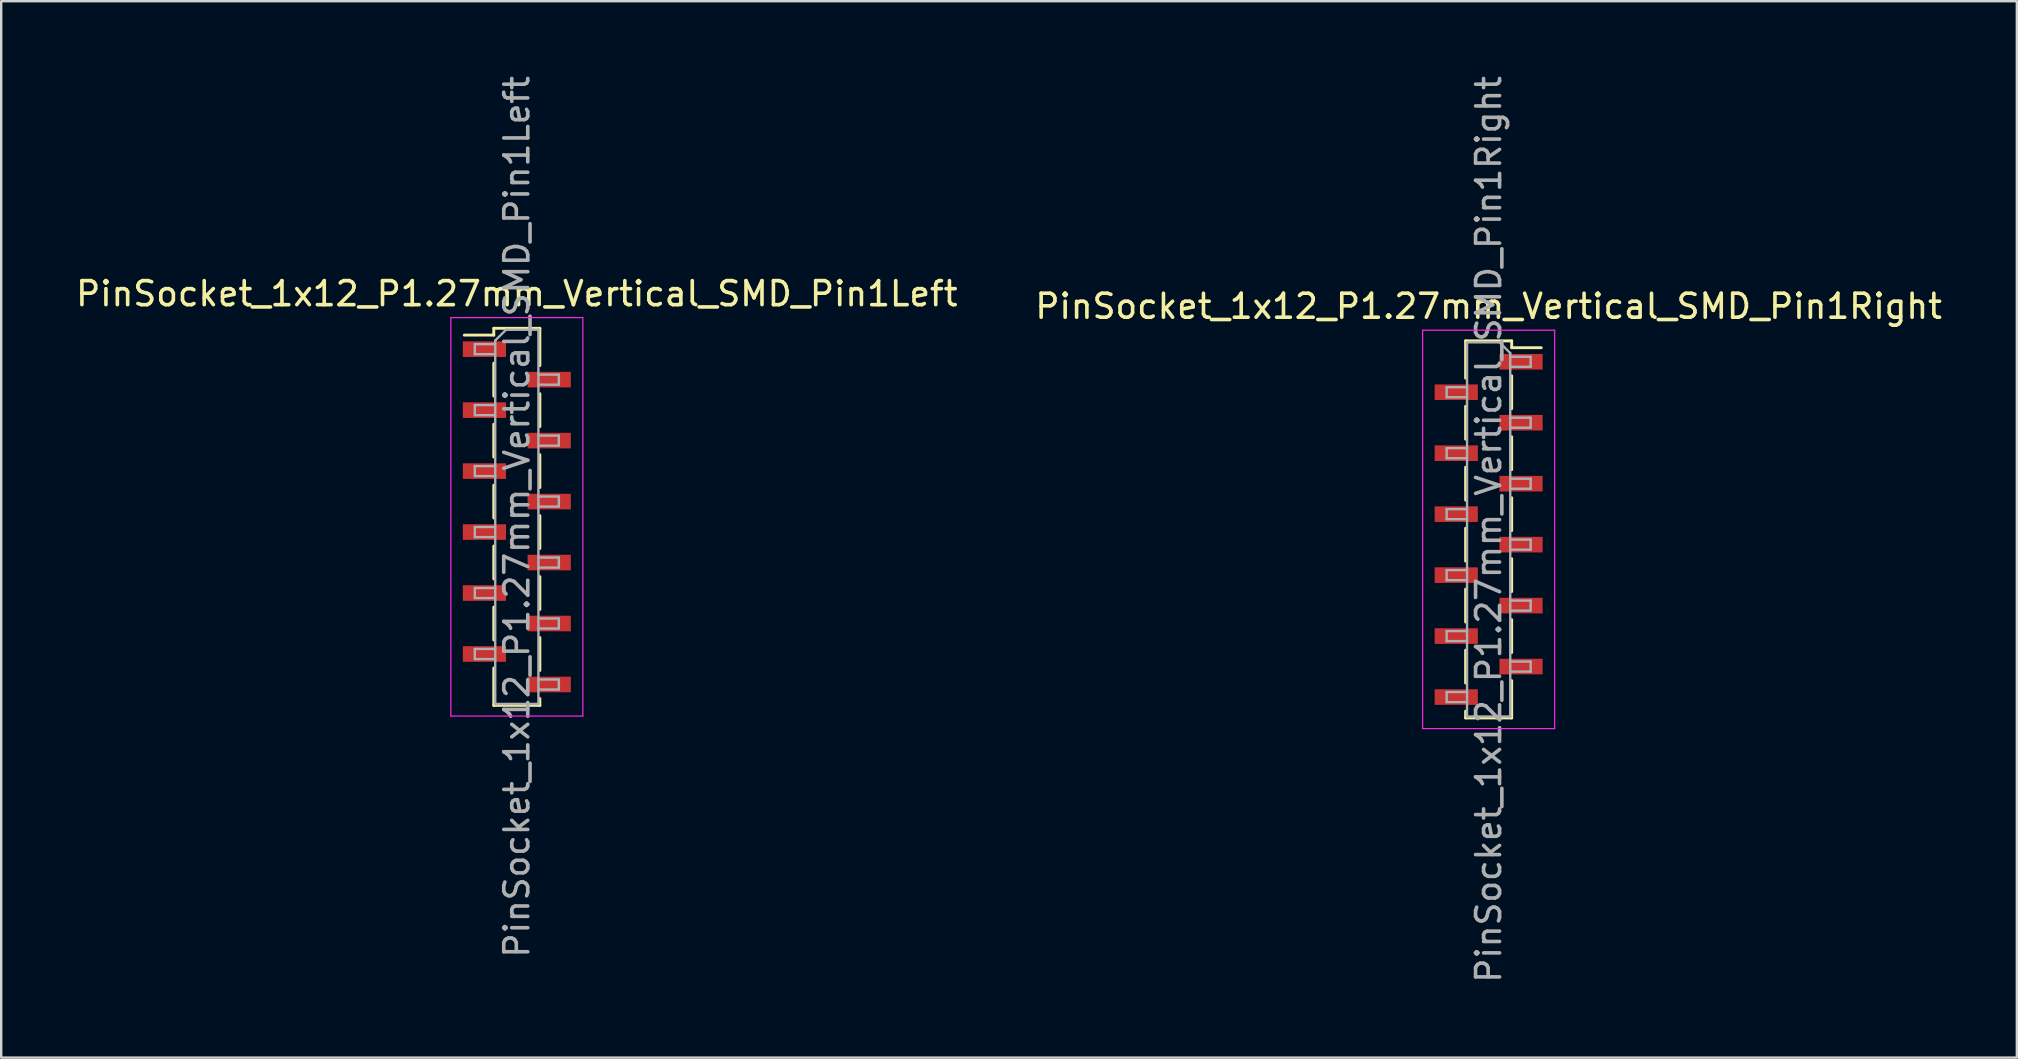
<source format=kicad_pcb>
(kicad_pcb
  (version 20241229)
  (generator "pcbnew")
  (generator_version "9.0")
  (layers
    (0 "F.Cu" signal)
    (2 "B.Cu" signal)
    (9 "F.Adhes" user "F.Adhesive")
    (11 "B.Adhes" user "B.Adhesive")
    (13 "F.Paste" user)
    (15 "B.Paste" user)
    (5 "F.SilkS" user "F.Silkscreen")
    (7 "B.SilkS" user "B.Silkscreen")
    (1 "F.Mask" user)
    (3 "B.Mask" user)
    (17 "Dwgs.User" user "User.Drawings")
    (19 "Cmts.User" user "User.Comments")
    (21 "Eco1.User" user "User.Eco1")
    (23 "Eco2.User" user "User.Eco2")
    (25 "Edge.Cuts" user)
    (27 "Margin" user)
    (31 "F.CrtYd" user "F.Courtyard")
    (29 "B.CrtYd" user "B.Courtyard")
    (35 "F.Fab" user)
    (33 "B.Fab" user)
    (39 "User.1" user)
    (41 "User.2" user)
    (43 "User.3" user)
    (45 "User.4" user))
  (footprint "PinSocket_1x12_P1.27mm_Vertical_SMD_Pin1Left"
    (layer "F.Cu")
    (at 18.482 18.482)
    (property "Reference" "PinSocket_1x12_P1.27mm_Vertical_SMD_Pin1Left" (at 0 -9.295 0) (layer "F.SilkS") (effects (font (size 1 1) (thickness 0.15))))
    (attr smd)
    (fp_line (start -2.19 -7.57) (end -0.96 -7.57) (stroke (width 0.12) (type solid)) (layer "F.SilkS"))
    (fp_line (start -0.96 -7.855) (end -0.96 -7.57) (stroke (width 0.12) (type solid)) (layer "F.SilkS"))
    (fp_line (start -0.96 -7.855) (end 0.96 -7.855) (stroke (width 0.12) (type solid)) (layer "F.SilkS"))
    (fp_line (start -0.96 -6.4) (end -0.96 -5.03) (stroke (width 0.12) (type solid)) (layer "F.SilkS"))
    (fp_line (start -0.96 -3.86) (end -0.96 -2.49) (stroke (width 0.12) (type solid)) (layer "F.SilkS"))
    (fp_line (start -0.96 -1.32) (end -0.96 0.05) (stroke (width 0.12) (type solid)) (layer "F.SilkS"))
    (fp_line (start -0.96 1.22) (end -0.96 2.59) (stroke (width 0.12) (type solid)) (layer "F.SilkS"))
    (fp_line (start -0.96 3.76) (end -0.96 5.13) (stroke (width 0.12) (type solid)) (layer "F.SilkS"))
    (fp_line (start -0.96 6.3) (end -0.96 7.855) (stroke (width 0.12) (type solid)) (layer "F.SilkS"))
    (fp_line (start -0.96 7.855) (end 0.96 7.855) (stroke (width 0.12) (type solid)) (layer "F.SilkS"))
    (fp_line (start 0.96 -7.855) (end 0.96 -6.3) (stroke (width 0.12) (type solid)) (layer "F.SilkS"))
    (fp_line (start 0.96 -5.13) (end 0.96 -3.76) (stroke (width 0.12) (type solid)) (layer "F.SilkS"))
    (fp_line (start 0.96 -2.59) (end 0.96 -1.22) (stroke (width 0.12) (type solid)) (layer "F.SilkS"))
    (fp_line (start 0.96 -0.05) (end 0.96 1.32) (stroke (width 0.12) (type solid)) (layer "F.SilkS"))
    (fp_line (start 0.96 2.49) (end 0.96 3.86) (stroke (width 0.12) (type solid)) (layer "F.SilkS"))
    (fp_line (start 0.96 5.03) (end 0.96 6.4) (stroke (width 0.12) (type solid)) (layer "F.SilkS"))
    (fp_line (start 0.96 7.57) (end 0.96 7.855) (stroke (width 0.12) (type solid)) (layer "F.SilkS"))
    (fp_line (start -2.75 -8.3) (end 2.75 -8.3) (stroke (width 0.05) (type solid)) (layer "F.CrtYd"))
    (fp_line (start -2.75 8.3) (end -2.75 -8.3) (stroke (width 0.05) (type solid)) (layer "F.CrtYd"))
    (fp_line (start 2.75 -8.3) (end 2.75 8.3) (stroke (width 0.05) (type solid)) (layer "F.CrtYd"))
    (fp_line (start 2.75 8.3) (end -2.75 8.3) (stroke (width 0.05) (type solid)) (layer "F.CrtYd"))
    (fp_line (start -1.75 -7.195) (end -0.9 -7.195) (stroke (width 0.1) (type solid)) (layer "F.Fab"))
    (fp_line (start -1.75 -6.775) (end -1.75 -7.195) (stroke (width 0.1) (type solid)) (layer "F.Fab"))
    (fp_line (start -1.75 -4.655) (end -0.9 -4.655) (stroke (width 0.1) (type solid)) (layer "F.Fab"))
    (fp_line (start -1.75 -4.235) (end -1.75 -4.655) (stroke (width 0.1) (type solid)) (layer "F.Fab"))
    (fp_line (start -1.75 -2.115) (end -0.9 -2.115) (stroke (width 0.1) (type solid)) (layer "F.Fab"))
    (fp_line (start -1.75 -1.695) (end -1.75 -2.115) (stroke (width 0.1) (type solid)) (layer "F.Fab"))
    (fp_line (start -1.75 0.425) (end -0.9 0.425) (stroke (width 0.1) (type solid)) (layer "F.Fab"))
    (fp_line (start -1.75 0.845) (end -1.75 0.425) (stroke (width 0.1) (type solid)) (layer "F.Fab"))
    (fp_line (start -1.75 2.965) (end -0.9 2.965) (stroke (width 0.1) (type solid)) (layer "F.Fab"))
    (fp_line (start -1.75 3.385) (end -1.75 2.965) (stroke (width 0.1) (type solid)) (layer "F.Fab"))
    (fp_line (start -1.75 5.505) (end -0.9 5.505) (stroke (width 0.1) (type solid)) (layer "F.Fab"))
    (fp_line (start -1.75 5.925) (end -1.75 5.505) (stroke (width 0.1) (type solid)) (layer "F.Fab"))
    (fp_line (start -0.9 -7.345) (end -0.45 -7.795) (stroke (width 0.1) (type solid)) (layer "F.Fab"))
    (fp_line (start -0.9 -6.775) (end -1.75 -6.775) (stroke (width 0.1) (type solid)) (layer "F.Fab"))
    (fp_line (start -0.9 -4.235) (end -1.75 -4.235) (stroke (width 0.1) (type solid)) (layer "F.Fab"))
    (fp_line (start -0.9 -1.695) (end -1.75 -1.695) (stroke (width 0.1) (type solid)) (layer "F.Fab"))
    (fp_line (start -0.9 0.845) (end -1.75 0.845) (stroke (width 0.1) (type solid)) (layer "F.Fab"))
    (fp_line (start -0.9 3.385) (end -1.75 3.385) (stroke (width 0.1) (type solid)) (layer "F.Fab"))
    (fp_line (start -0.9 5.925) (end -1.75 5.925) (stroke (width 0.1) (type solid)) (layer "F.Fab"))
    (fp_line (start -0.9 7.795) (end -0.9 -7.345) (stroke (width 0.1) (type solid)) (layer "F.Fab"))
    (fp_line (start -0.45 -7.795) (end 0.9 -7.795) (stroke (width 0.1) (type solid)) (layer "F.Fab"))
    (fp_line (start 0.9 -7.795) (end 0.9 7.795) (stroke (width 0.1) (type solid)) (layer "F.Fab"))
    (fp_line (start 0.9 -5.925) (end 1.75 -5.925) (stroke (width 0.1) (type solid)) (layer "F.Fab"))
    (fp_line (start 0.9 -3.385) (end 1.75 -3.385) (stroke (width 0.1) (type solid)) (layer "F.Fab"))
    (fp_line (start 0.9 -0.845) (end 1.75 -0.845) (stroke (width 0.1) (type solid)) (layer "F.Fab"))
    (fp_line (start 0.9 1.695) (end 1.75 1.695) (stroke (width 0.1) (type solid)) (layer "F.Fab"))
    (fp_line (start 0.9 4.235) (end 1.75 4.235) (stroke (width 0.1) (type solid)) (layer "F.Fab"))
    (fp_line (start 0.9 6.775) (end 1.75 6.775) (stroke (width 0.1) (type solid)) (layer "F.Fab"))
    (fp_line (start 0.9 7.795) (end -0.9 7.795) (stroke (width 0.1) (type solid)) (layer "F.Fab"))
    (fp_line (start 1.75 -5.925) (end 1.75 -5.505) (stroke (width 0.1) (type solid)) (layer "F.Fab"))
    (fp_line (start 1.75 -5.505) (end 0.9 -5.505) (stroke (width 0.1) (type solid)) (layer "F.Fab"))
    (fp_line (start 1.75 -3.385) (end 1.75 -2.965) (stroke (width 0.1) (type solid)) (layer "F.Fab"))
    (fp_line (start 1.75 -2.965) (end 0.9 -2.965) (stroke (width 0.1) (type solid)) (layer "F.Fab"))
    (fp_line (start 1.75 -0.845) (end 1.75 -0.425) (stroke (width 0.1) (type solid)) (layer "F.Fab"))
    (fp_line (start 1.75 -0.425) (end 0.9 -0.425) (stroke (width 0.1) (type solid)) (layer "F.Fab"))
    (fp_line (start 1.75 1.695) (end 1.75 2.115) (stroke (width 0.1) (type solid)) (layer "F.Fab"))
    (fp_line (start 1.75 2.115) (end 0.9 2.115) (stroke (width 0.1) (type solid)) (layer "F.Fab"))
    (fp_line (start 1.75 4.235) (end 1.75 4.655) (stroke (width 0.1) (type solid)) (layer "F.Fab"))
    (fp_line (start 1.75 4.655) (end 0.9 4.655) (stroke (width 0.1) (type solid)) (layer "F.Fab"))
    (fp_line (start 1.75 6.775) (end 1.75 7.195) (stroke (width 0.1) (type solid)) (layer "F.Fab"))
    (fp_line (start 1.75 7.195) (end 0.9 7.195) (stroke (width 0.1) (type solid)) (layer "F.Fab"))
    (fp_text user "${REFERENCE}" (at 0 0 90) (layer "F.Fab") (effects (font (size 1 1) (thickness 0.15))))
    (pad "1" smd rect (at -1.35 -6.985) (size 1.8 0.65) (layers "F.Cu" "F.Mask" "F.Paste"))
    (pad "2" smd rect (at 1.35 -5.715) (size 1.8 0.65) (layers "F.Cu" "F.Mask" "F.Paste"))
    (pad "3" smd rect (at -1.35 -4.445) (size 1.8 0.65) (layers "F.Cu" "F.Mask" "F.Paste"))
    (pad "4" smd rect (at 1.35 -3.175) (size 1.8 0.65) (layers "F.Cu" "F.Mask" "F.Paste"))
    (pad "5" smd rect (at -1.35 -1.905) (size 1.8 0.65) (layers "F.Cu" "F.Mask" "F.Paste"))
    (pad "6" smd rect (at 1.35 -0.635) (size 1.8 0.65) (layers "F.Cu" "F.Mask" "F.Paste"))
    (pad "7" smd rect (at -1.35 0.635) (size 1.8 0.65) (layers "F.Cu" "F.Mask" "F.Paste"))
    (pad "8" smd rect (at 1.35 1.905) (size 1.8 0.65) (layers "F.Cu" "F.Mask" "F.Paste"))
    (pad "9" smd rect (at -1.35 3.175) (size 1.8 0.65) (layers "F.Cu" "F.Mask" "F.Paste"))
    (pad "10" smd rect (at 1.35 4.445) (size 1.8 0.65) (layers "F.Cu" "F.Mask" "F.Paste"))
    (pad "11" smd rect (at -1.35 5.715) (size 1.8 0.65) (layers "F.Cu" "F.Mask" "F.Paste"))
    (pad "12" smd rect (at 1.35 6.985) (size 1.8 0.65) (layers "F.Cu" "F.Mask" "F.Paste")))
  (footprint "PinSocket_1x12_P1.27mm_Vertical_SMD_Pin1Right"
    (layer "F.Cu")
    (at 58.97 19.006)
    (property "Reference" "PinSocket_1x12_P1.27mm_Vertical_SMD_Pin1Right" (at 0 -9.295 0) (layer "F.SilkS") (effects (font (size 1 1) (thickness 0.15))))
    (attr smd)
    (fp_line (start -0.96 -7.855) (end -0.96 -6.3) (stroke (width 0.12) (type solid)) (layer "F.SilkS"))
    (fp_line (start -0.96 -7.855) (end 0.96 -7.855) (stroke (width 0.12) (type solid)) (layer "F.SilkS"))
    (fp_line (start -0.96 -5.13) (end -0.96 -3.76) (stroke (width 0.12) (type solid)) (layer "F.SilkS"))
    (fp_line (start -0.96 -2.59) (end -0.96 -1.22) (stroke (width 0.12) (type solid)) (layer "F.SilkS"))
    (fp_line (start -0.96 -0.05) (end -0.96 1.32) (stroke (width 0.12) (type solid)) (layer "F.SilkS"))
    (fp_line (start -0.96 2.49) (end -0.96 3.86) (stroke (width 0.12) (type solid)) (layer "F.SilkS"))
    (fp_line (start -0.96 5.03) (end -0.96 6.4) (stroke (width 0.12) (type solid)) (layer "F.SilkS"))
    (fp_line (start -0.96 7.57) (end -0.96 7.855) (stroke (width 0.12) (type solid)) (layer "F.SilkS"))
    (fp_line (start -0.96 7.855) (end 0.96 7.855) (stroke (width 0.12) (type solid)) (layer "F.SilkS"))
    (fp_line (start 0.96 -7.855) (end 0.96 -7.57) (stroke (width 0.12) (type solid)) (layer "F.SilkS"))
    (fp_line (start 0.96 -7.57) (end 2.19 -7.57) (stroke (width 0.12) (type solid)) (layer "F.SilkS"))
    (fp_line (start 0.96 -6.4) (end 0.96 -5.03) (stroke (width 0.12) (type solid)) (layer "F.SilkS"))
    (fp_line (start 0.96 -3.86) (end 0.96 -2.49) (stroke (width 0.12) (type solid)) (layer "F.SilkS"))
    (fp_line (start 0.96 -1.32) (end 0.96 0.05) (stroke (width 0.12) (type solid)) (layer "F.SilkS"))
    (fp_line (start 0.96 1.22) (end 0.96 2.59) (stroke (width 0.12) (type solid)) (layer "F.SilkS"))
    (fp_line (start 0.96 3.76) (end 0.96 5.13) (stroke (width 0.12) (type solid)) (layer "F.SilkS"))
    (fp_line (start 0.96 6.3) (end 0.96 7.855) (stroke (width 0.12) (type solid)) (layer "F.SilkS"))
    (fp_line (start -2.75 -8.3) (end 2.75 -8.3) (stroke (width 0.05) (type solid)) (layer "F.CrtYd"))
    (fp_line (start -2.75 8.3) (end -2.75 -8.3) (stroke (width 0.05) (type solid)) (layer "F.CrtYd"))
    (fp_line (start 2.75 -8.3) (end 2.75 8.3) (stroke (width 0.05) (type solid)) (layer "F.CrtYd"))
    (fp_line (start 2.75 8.3) (end -2.75 8.3) (stroke (width 0.05) (type solid)) (layer "F.CrtYd"))
    (fp_line (start -1.75 -5.925) (end -0.9 -5.925) (stroke (width 0.1) (type solid)) (layer "F.Fab"))
    (fp_line (start -1.75 -5.505) (end -1.75 -5.925) (stroke (width 0.1) (type solid)) (layer "F.Fab"))
    (fp_line (start -1.75 -3.385) (end -0.9 -3.385) (stroke (width 0.1) (type solid)) (layer "F.Fab"))
    (fp_line (start -1.75 -2.965) (end -1.75 -3.385) (stroke (width 0.1) (type solid)) (layer "F.Fab"))
    (fp_line (start -1.75 -0.845) (end -0.9 -0.845) (stroke (width 0.1) (type solid)) (layer "F.Fab"))
    (fp_line (start -1.75 -0.425) (end -1.75 -0.845) (stroke (width 0.1) (type solid)) (layer "F.Fab"))
    (fp_line (start -1.75 1.695) (end -0.9 1.695) (stroke (width 0.1) (type solid)) (layer "F.Fab"))
    (fp_line (start -1.75 2.115) (end -1.75 1.695) (stroke (width 0.1) (type solid)) (layer "F.Fab"))
    (fp_line (start -1.75 4.235) (end -0.9 4.235) (stroke (width 0.1) (type solid)) (layer "F.Fab"))
    (fp_line (start -1.75 4.655) (end -1.75 4.235) (stroke (width 0.1) (type solid)) (layer "F.Fab"))
    (fp_line (start -1.75 6.775) (end -0.9 6.775) (stroke (width 0.1) (type solid)) (layer "F.Fab"))
    (fp_line (start -1.75 7.195) (end -1.75 6.775) (stroke (width 0.1) (type solid)) (layer "F.Fab"))
    (fp_line (start -0.9 -7.795) (end 0.45 -7.795) (stroke (width 0.1) (type solid)) (layer "F.Fab"))
    (fp_line (start -0.9 -5.505) (end -1.75 -5.505) (stroke (width 0.1) (type solid)) (layer "F.Fab"))
    (fp_line (start -0.9 -2.965) (end -1.75 -2.965) (stroke (width 0.1) (type solid)) (layer "F.Fab"))
    (fp_line (start -0.9 -0.425) (end -1.75 -0.425) (stroke (width 0.1) (type solid)) (layer "F.Fab"))
    (fp_line (start -0.9 2.115) (end -1.75 2.115) (stroke (width 0.1) (type solid)) (layer "F.Fab"))
    (fp_line (start -0.9 4.655) (end -1.75 4.655) (stroke (width 0.1) (type solid)) (layer "F.Fab"))
    (fp_line (start -0.9 7.195) (end -1.75 7.195) (stroke (width 0.1) (type solid)) (layer "F.Fab"))
    (fp_line (start -0.9 7.795) (end -0.9 -7.795) (stroke (width 0.1) (type solid)) (layer "F.Fab"))
    (fp_line (start 0.45 -7.795) (end 0.9 -7.345) (stroke (width 0.1) (type solid)) (layer "F.Fab"))
    (fp_line (start 0.9 -7.345) (end 0.9 7.795) (stroke (width 0.1) (type solid)) (layer "F.Fab"))
    (fp_line (start 0.9 -7.195) (end 1.75 -7.195) (stroke (width 0.1) (type solid)) (layer "F.Fab"))
    (fp_line (start 0.9 -4.655) (end 1.75 -4.655) (stroke (width 0.1) (type solid)) (layer "F.Fab"))
    (fp_line (start 0.9 -2.115) (end 1.75 -2.115) (stroke (width 0.1) (type solid)) (layer "F.Fab"))
    (fp_line (start 0.9 0.425) (end 1.75 0.425) (stroke (width 0.1) (type solid)) (layer "F.Fab"))
    (fp_line (start 0.9 2.965) (end 1.75 2.965) (stroke (width 0.1) (type solid)) (layer "F.Fab"))
    (fp_line (start 0.9 5.505) (end 1.75 5.505) (stroke (width 0.1) (type solid)) (layer "F.Fab"))
    (fp_line (start 0.9 7.795) (end -0.9 7.795) (stroke (width 0.1) (type solid)) (layer "F.Fab"))
    (fp_line (start 1.75 -7.195) (end 1.75 -6.775) (stroke (width 0.1) (type solid)) (layer "F.Fab"))
    (fp_line (start 1.75 -6.775) (end 0.9 -6.775) (stroke (width 0.1) (type solid)) (layer "F.Fab"))
    (fp_line (start 1.75 -4.655) (end 1.75 -4.235) (stroke (width 0.1) (type solid)) (layer "F.Fab"))
    (fp_line (start 1.75 -4.235) (end 0.9 -4.235) (stroke (width 0.1) (type solid)) (layer "F.Fab"))
    (fp_line (start 1.75 -2.115) (end 1.75 -1.695) (stroke (width 0.1) (type solid)) (layer "F.Fab"))
    (fp_line (start 1.75 -1.695) (end 0.9 -1.695) (stroke (width 0.1) (type solid)) (layer "F.Fab"))
    (fp_line (start 1.75 0.425) (end 1.75 0.845) (stroke (width 0.1) (type solid)) (layer "F.Fab"))
    (fp_line (start 1.75 0.845) (end 0.9 0.845) (stroke (width 0.1) (type solid)) (layer "F.Fab"))
    (fp_line (start 1.75 2.965) (end 1.75 3.385) (stroke (width 0.1) (type solid)) (layer "F.Fab"))
    (fp_line (start 1.75 3.385) (end 0.9 3.385) (stroke (width 0.1) (type solid)) (layer "F.Fab"))
    (fp_line (start 1.75 5.505) (end 1.75 5.925) (stroke (width 0.1) (type solid)) (layer "F.Fab"))
    (fp_line (start 1.75 5.925) (end 0.9 5.925) (stroke (width 0.1) (type solid)) (layer "F.Fab"))
    (fp_text user "${REFERENCE}" (at 0 0 90) (layer "F.Fab") (effects (font (size 1 1) (thickness 0.15))))
    (pad "1" smd rect (at 1.35 -6.985) (size 1.8 0.65) (layers "F.Cu" "F.Mask" "F.Paste"))
    (pad "2" smd rect (at -1.35 -5.715) (size 1.8 0.65) (layers "F.Cu" "F.Mask" "F.Paste"))
    (pad "3" smd rect (at 1.35 -4.445) (size 1.8 0.65) (layers "F.Cu" "F.Mask" "F.Paste"))
    (pad "4" smd rect (at -1.35 -3.175) (size 1.8 0.65) (layers "F.Cu" "F.Mask" "F.Paste"))
    (pad "5" smd rect (at 1.35 -1.905) (size 1.8 0.65) (layers "F.Cu" "F.Mask" "F.Paste"))
    (pad "6" smd rect (at -1.35 -0.635) (size 1.8 0.65) (layers "F.Cu" "F.Mask" "F.Paste"))
    (pad "7" smd rect (at 1.35 0.635) (size 1.8 0.65) (layers "F.Cu" "F.Mask" "F.Paste"))
    (pad "8" smd rect (at -1.35 1.905) (size 1.8 0.65) (layers "F.Cu" "F.Mask" "F.Paste"))
    (pad "9" smd rect (at 1.35 3.175) (size 1.8 0.65) (layers "F.Cu" "F.Mask" "F.Paste"))
    (pad "10" smd rect (at -1.35 4.445) (size 1.8 0.65) (layers "F.Cu" "F.Mask" "F.Paste"))
    (pad "11" smd rect (at 1.35 5.715) (size 1.8 0.65) (layers "F.Cu" "F.Mask" "F.Paste"))
    (pad "12" smd rect (at -1.35 6.985) (size 1.8 0.65) (layers "F.Cu" "F.Mask" "F.Paste")))
  (gr_rect
    (start -3 -3)
    (end 80.976 41.012)
    (stroke (width 0.1) (type default))
    (fill no)
    (layer "Edge.Cuts")))
</source>
